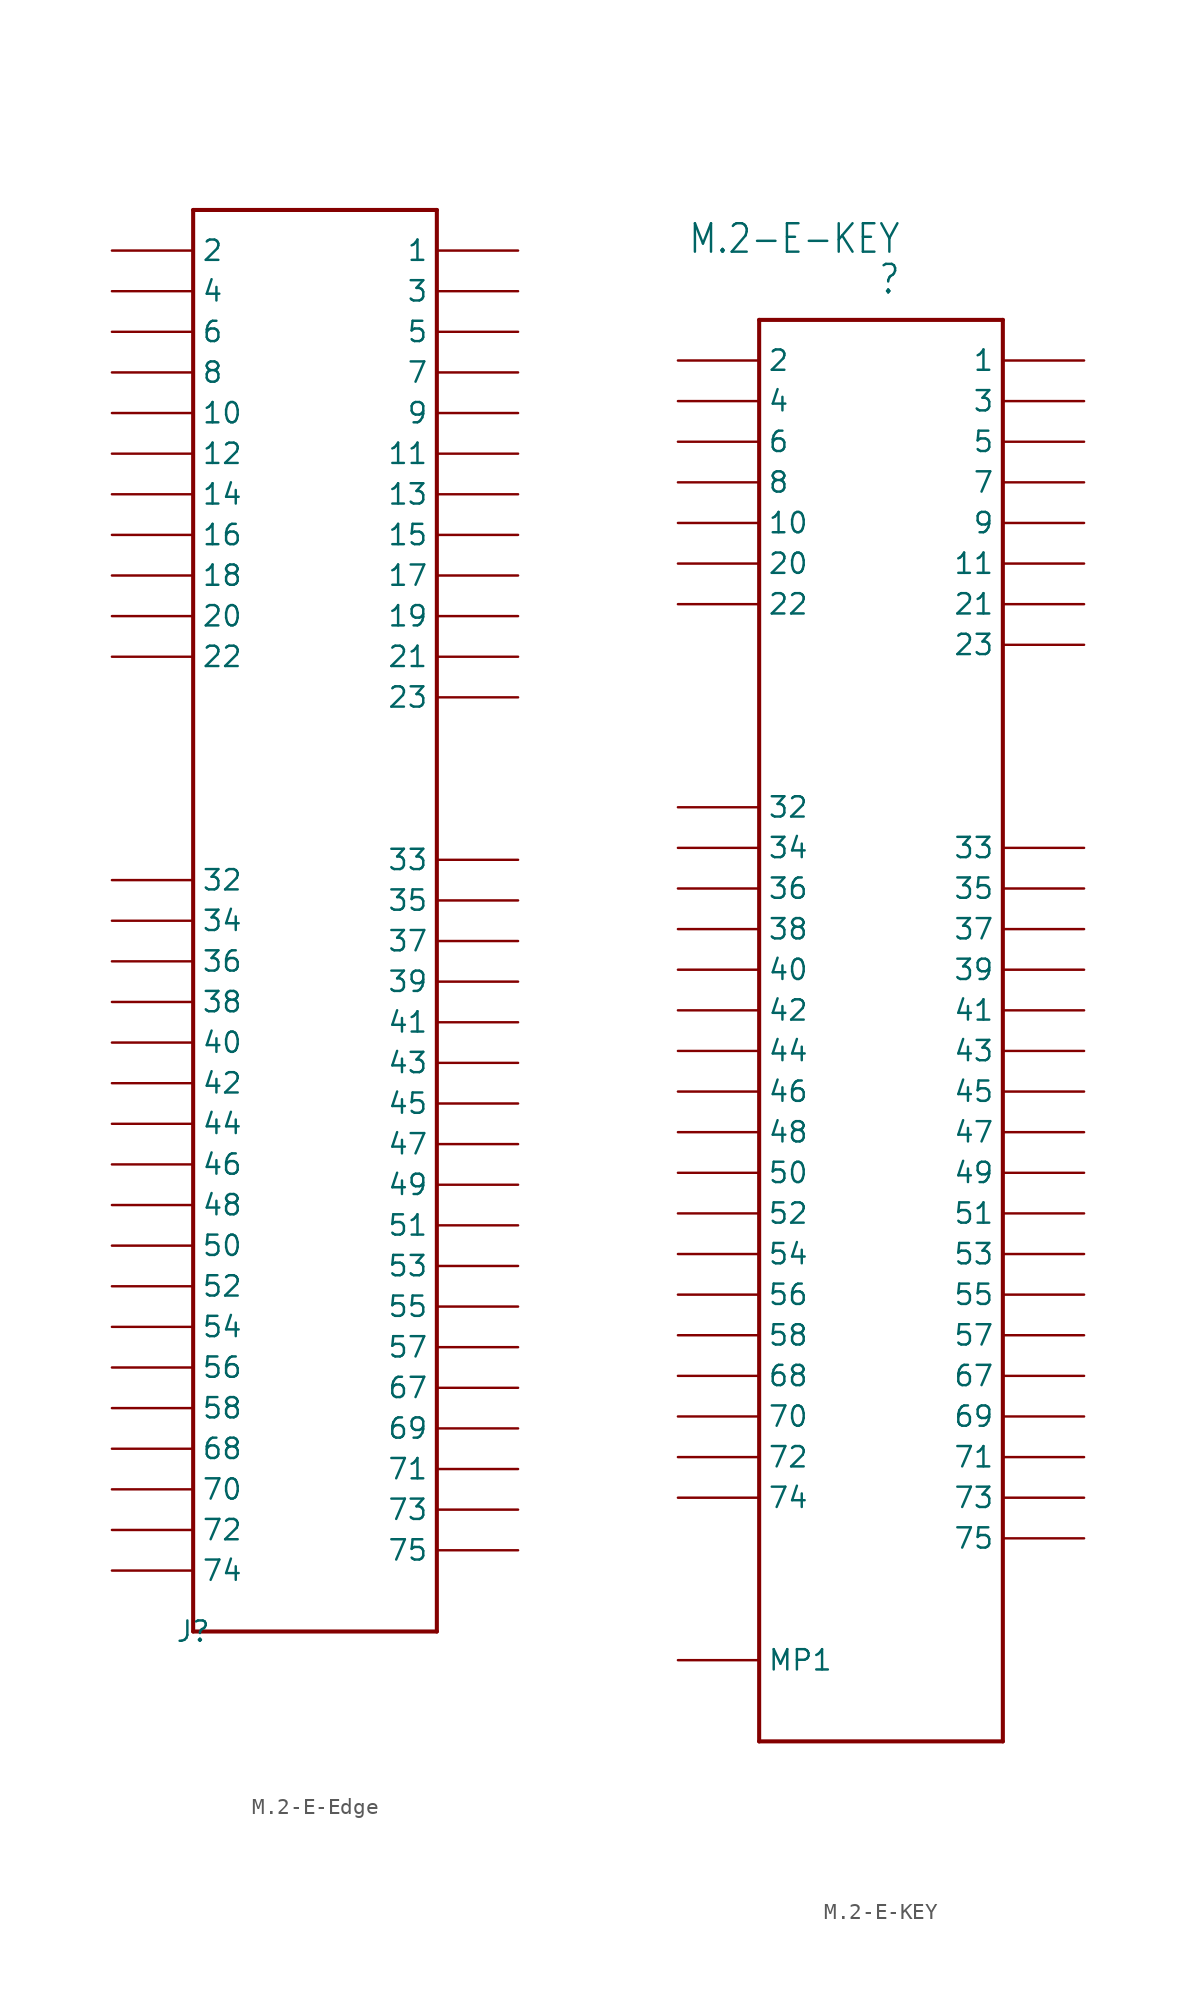
<source format=kicad_sym>
(kicad_symbol_lib
  (version 20220914)
  (generator kicad_symbol_editor)
  (symbol "M.2-E-Edge"
    (property "Reference" "J"
      (at 0 0 0)
      (effects (font (size 1.27 1.27))))
    (property "Value" ""
      (at 0 0 0)
      (effects (font (size 1.27 1.27))))
    (symbol "M.2-E-Edge_1_0"
      (polyline (pts (xy 0 0) (xy 0 88.9)) (stroke (width 0.254) (type default)) (fill (type none)))
      (polyline (pts (xy 0 0) (xy 15.24 0)) (stroke (width 0.254) (type default)) (fill (type none)))
      (polyline (pts (xy 15.24 88.9) (xy 0 88.9)) (stroke (width 0.254) (type default)) (fill (type none)))
      (polyline (pts (xy 15.24 88.9) (xy 15.24 0)) (stroke (width 0.254) (type default)) (fill (type none)))
      (pin bidirectional line (at 20.32 86.36 180) (length 5.08) (name "1" (effects (font (size 1.27 1.27)))) (number "P1" (effects (font (size 0 0)))))
      (pin bidirectional line (at -5.08 76.2 0) (length 5.08) (name "10" (effects (font (size 1.27 1.27)))) (number "P10" (effects (font (size 0 0)))))
      (pin bidirectional line (at 20.32 73.66 180) (length 5.08) (name "11" (effects (font (size 1.27 1.27)))) (number "P11" (effects (font (size 0 0)))))
      (pin bidirectional line (at -5.08 73.66 0) (length 5.08) (name "12" (effects (font (size 1.27 1.27)))) (number "P12" (effects (font (size 0 0)))))
      (pin bidirectional line (at 20.32 71.12 180) (length 5.08) (name "13" (effects (font (size 1.27 1.27)))) (number "P13" (effects (font (size 0 0)))))
      (pin bidirectional line (at -5.08 71.12 0) (length 5.08) (name "14" (effects (font (size 1.27 1.27)))) (number "P14" (effects (font (size 0 0)))))
      (pin bidirectional line (at 20.32 68.58 180) (length 5.08) (name "15" (effects (font (size 1.27 1.27)))) (number "P15" (effects (font (size 0 0)))))
      (pin bidirectional line (at -5.08 68.58 0) (length 5.08) (name "16" (effects (font (size 1.27 1.27)))) (number "P16" (effects (font (size 0 0)))))
      (pin bidirectional line (at 20.32 66.04 180) (length 5.08) (name "17" (effects (font (size 1.27 1.27)))) (number "P17" (effects (font (size 0 0)))))
      (pin bidirectional line (at -5.08 66.04 0) (length 5.08) (name "18" (effects (font (size 1.27 1.27)))) (number "P18" (effects (font (size 0 0)))))
      (pin bidirectional line (at 20.32 63.5 180) (length 5.08) (name "19" (effects (font (size 1.27 1.27)))) (number "P19" (effects (font (size 0 0)))))
      (pin bidirectional line (at -5.08 86.36 0) (length 5.08) (name "2" (effects (font (size 1.27 1.27)))) (number "P2" (effects (font (size 0 0)))))
      (pin bidirectional line (at -5.08 63.5 0) (length 5.08) (name "20" (effects (font (size 1.27 1.27)))) (number "P20" (effects (font (size 0 0)))))
      (pin bidirectional line (at 20.32 60.96 180) (length 5.08) (name "21" (effects (font (size 1.27 1.27)))) (number "P21" (effects (font (size 0 0)))))
      (pin bidirectional line (at -5.08 60.96 0) (length 5.08) (name "22" (effects (font (size 1.27 1.27)))) (number "P22" (effects (font (size 0 0)))))
      (pin bidirectional line (at 20.32 58.42 180) (length 5.08) (name "23" (effects (font (size 1.27 1.27)))) (number "P23" (effects (font (size 0 0)))))
      (pin bidirectional line (at 20.32 83.82 180) (length 5.08) (name "3" (effects (font (size 1.27 1.27)))) (number "P3" (effects (font (size 0 0)))))
      (pin bidirectional line (at -5.08 46.99 0) (length 5.08) (name "32" (effects (font (size 1.27 1.27)))) (number "P32" (effects (font (size 0 0)))))
      (pin bidirectional line (at 20.32 48.26 180) (length 5.08) (name "33" (effects (font (size 1.27 1.27)))) (number "P33" (effects (font (size 0 0)))))
      (pin bidirectional line (at -5.08 44.45 0) (length 5.08) (name "34" (effects (font (size 1.27 1.27)))) (number "P34" (effects (font (size 0 0)))))
      (pin bidirectional line (at 20.32 45.72 180) (length 5.08) (name "35" (effects (font (size 1.27 1.27)))) (number "P35" (effects (font (size 0 0)))))
      (pin bidirectional line (at -5.08 41.91 0) (length 5.08) (name "36" (effects (font (size 1.27 1.27)))) (number "P36" (effects (font (size 0 0)))))
      (pin bidirectional line (at 20.32 43.18 180) (length 5.08) (name "37" (effects (font (size 1.27 1.27)))) (number "P37" (effects (font (size 0 0)))))
      (pin bidirectional line (at -5.08 39.37 0) (length 5.08) (name "38" (effects (font (size 1.27 1.27)))) (number "P38" (effects (font (size 0 0)))))
      (pin bidirectional line (at 20.32 40.64 180) (length 5.08) (name "39" (effects (font (size 1.27 1.27)))) (number "P39" (effects (font (size 0 0)))))
      (pin bidirectional line (at -5.08 83.82 0) (length 5.08) (name "4" (effects (font (size 1.27 1.27)))) (number "P4" (effects (font (size 0 0)))))
      (pin bidirectional line (at -5.08 36.83 0) (length 5.08) (name "40" (effects (font (size 1.27 1.27)))) (number "P40" (effects (font (size 0 0)))))
      (pin bidirectional line (at 20.32 38.1 180) (length 5.08) (name "41" (effects (font (size 1.27 1.27)))) (number "P41" (effects (font (size 0 0)))))
      (pin bidirectional line (at -5.08 34.29 0) (length 5.08) (name "42" (effects (font (size 1.27 1.27)))) (number "P42" (effects (font (size 0 0)))))
      (pin bidirectional line (at 20.32 35.56 180) (length 5.08) (name "43" (effects (font (size 1.27 1.27)))) (number "P43" (effects (font (size 0 0)))))
      (pin bidirectional line (at -5.08 31.75 0) (length 5.08) (name "44" (effects (font (size 1.27 1.27)))) (number "P44" (effects (font (size 0 0)))))
      (pin bidirectional line (at 20.32 33.02 180) (length 5.08) (name "45" (effects (font (size 1.27 1.27)))) (number "P45" (effects (font (size 0 0)))))
      (pin bidirectional line (at -5.08 29.21 0) (length 5.08) (name "46" (effects (font (size 1.27 1.27)))) (number "P46" (effects (font (size 0 0)))))
      (pin bidirectional line (at 20.32 30.48 180) (length 5.08) (name "47" (effects (font (size 1.27 1.27)))) (number "P47" (effects (font (size 0 0)))))
      (pin bidirectional line (at -5.08 26.67 0) (length 5.08) (name "48" (effects (font (size 1.27 1.27)))) (number "P48" (effects (font (size 0 0)))))
      (pin bidirectional line (at 20.32 27.94 180) (length 5.08) (name "49" (effects (font (size 1.27 1.27)))) (number "P49" (effects (font (size 0 0)))))
      (pin bidirectional line (at 20.32 81.28 180) (length 5.08) (name "5" (effects (font (size 1.27 1.27)))) (number "P5" (effects (font (size 0 0)))))
      (pin bidirectional line (at -5.08 24.13 0) (length 5.08) (name "50" (effects (font (size 1.27 1.27)))) (number "P50" (effects (font (size 0 0)))))
      (pin bidirectional line (at 20.32 25.4 180) (length 5.08) (name "51" (effects (font (size 1.27 1.27)))) (number "P51" (effects (font (size 0 0)))))
      (pin bidirectional line (at -5.08 21.59 0) (length 5.08) (name "52" (effects (font (size 1.27 1.27)))) (number "P52" (effects (font (size 0 0)))))
      (pin bidirectional line (at 20.32 22.86 180) (length 5.08) (name "53" (effects (font (size 1.27 1.27)))) (number "P53" (effects (font (size 0 0)))))
      (pin bidirectional line (at -5.08 19.05 0) (length 5.08) (name "54" (effects (font (size 1.27 1.27)))) (number "P54" (effects (font (size 0 0)))))
      (pin bidirectional line (at 20.32 20.32 180) (length 5.08) (name "55" (effects (font (size 1.27 1.27)))) (number "P55" (effects (font (size 0 0)))))
      (pin bidirectional line (at -5.08 16.51 0) (length 5.08) (name "56" (effects (font (size 1.27 1.27)))) (number "P56" (effects (font (size 0 0)))))
      (pin bidirectional line (at 20.32 17.78 180) (length 5.08) (name "57" (effects (font (size 1.27 1.27)))) (number "P57" (effects (font (size 0 0)))))
      (pin bidirectional line (at -5.08 13.97 0) (length 5.08) (name "58" (effects (font (size 1.27 1.27)))) (number "P58" (effects (font (size 0 0)))))
      (pin bidirectional line (at -5.08 81.28 0) (length 5.08) (name "6" (effects (font (size 1.27 1.27)))) (number "P6" (effects (font (size 0 0)))))
      (pin bidirectional line (at 20.32 15.24 180) (length 5.08) (name "67" (effects (font (size 1.27 1.27)))) (number "P67" (effects (font (size 0 0)))))
      (pin bidirectional line (at -5.08 11.43 0) (length 5.08) (name "68" (effects (font (size 1.27 1.27)))) (number "P68" (effects (font (size 0 0)))))
      (pin bidirectional line (at 20.32 12.7 180) (length 5.08) (name "69" (effects (font (size 1.27 1.27)))) (number "P69" (effects (font (size 0 0)))))
      (pin bidirectional line (at 20.32 78.74 180) (length 5.08) (name "7" (effects (font (size 1.27 1.27)))) (number "P7" (effects (font (size 0 0)))))
      (pin bidirectional line (at -5.08 8.89 0) (length 5.08) (name "70" (effects (font (size 1.27 1.27)))) (number "P70" (effects (font (size 0 0)))))
      (pin bidirectional line (at 20.32 10.16 180) (length 5.08) (name "71" (effects (font (size 1.27 1.27)))) (number "P71" (effects (font (size 0 0)))))
      (pin bidirectional line (at -5.08 6.35 0) (length 5.08) (name "72" (effects (font (size 1.27 1.27)))) (number "P72" (effects (font (size 0 0)))))
      (pin bidirectional line (at 20.32 7.62 180) (length 5.08) (name "73" (effects (font (size 1.27 1.27)))) (number "P73" (effects (font (size 0 0)))))
      (pin bidirectional line (at -5.08 3.81 0) (length 5.08) (name "74" (effects (font (size 1.27 1.27)))) (number "P74" (effects (font (size 0 0)))))
      (pin bidirectional line (at 20.32 5.08 180) (length 5.08) (name "75" (effects (font (size 1.27 1.27)))) (number "P75" (effects (font (size 0 0)))))
      (pin bidirectional line (at -5.08 78.74 0) (length 5.08) (name "8" (effects (font (size 1.27 1.27)))) (number "P8" (effects (font (size 0 0)))))
      (pin bidirectional line (at 20.32 76.2 180) (length 5.08) (name "9" (effects (font (size 1.27 1.27)))) (number "P9" (effects (font (size 0 0)))))))
  (symbol "M.2-E-KEY"
    (property "Reference" ""
      (at 8.89 91.44 0)
      (effects (font (size 1.778 1.511)) (justify right)))
    (property "Value" "M.2-E-KEY"
      (at 8.89 93.98 0)
      (effects (font (size 1.778 1.511)) (justify right)))
    (property "ki_locked" ""
      (at 0 0 0)
      (effects (font (size 1.27 1.27))))
    (symbol "M.2-E-KEY_1_0"
      (polyline (pts (xy 0 0) (xy 0 88.9)) (stroke (width 0.254) (type default)) (fill (type none)))
      (polyline (pts (xy 0 0) (xy 15.24 0)) (stroke (width 0.254) (type default)) (fill (type none)))
      (polyline (pts (xy 15.24 88.9) (xy 0 88.9)) (stroke (width 0.254) (type default)) (fill (type none)))
      (polyline (pts (xy 15.24 88.9) (xy 15.24 0)) (stroke (width 0.254) (type default)) (fill (type none)))
      (pin bidirectional line (at -5.08 5.08 0) (length 5.08) (name "MP1" (effects (font (size 1.27 1.27)))) (number "MOUNTING-HOLE" (effects (font (size 0 0)))))
      (pin bidirectional line (at 20.32 86.36 180) (length 5.08) (name "1" (effects (font (size 1.27 1.27)))) (number "P$1" (effects (font (size 0 0)))))
      (pin bidirectional line (at -5.08 76.2 0) (length 5.08) (name "10" (effects (font (size 1.27 1.27)))) (number "P$10" (effects (font (size 0 0)))))
      (pin bidirectional line (at 20.32 73.66 180) (length 5.08) (name "11" (effects (font (size 1.27 1.27)))) (number "P$11" (effects (font (size 0 0)))))
      (pin bidirectional line (at -5.08 86.36 0) (length 5.08) (name "2" (effects (font (size 1.27 1.27)))) (number "P$2" (effects (font (size 0 0)))))
      (pin bidirectional line (at -5.08 73.66 0) (length 5.08) (name "20" (effects (font (size 1.27 1.27)))) (number "P$20" (effects (font (size 0 0)))))
      (pin bidirectional line (at 20.32 71.12 180) (length 5.08) (name "21" (effects (font (size 1.27 1.27)))) (number "P$21" (effects (font (size 0 0)))))
      (pin bidirectional line (at -5.08 71.12 0) (length 5.08) (name "22" (effects (font (size 1.27 1.27)))) (number "P$22" (effects (font (size 0 0)))))
      (pin bidirectional line (at 20.32 68.58 180) (length 5.08) (name "23" (effects (font (size 1.27 1.27)))) (number "P$23" (effects (font (size 0 0)))))
      (pin bidirectional line (at 20.32 83.82 180) (length 5.08) (name "3" (effects (font (size 1.27 1.27)))) (number "P$3" (effects (font (size 0 0)))))
      (pin bidirectional line (at -5.08 58.42 0) (length 5.08) (name "32" (effects (font (size 1.27 1.27)))) (number "P$32" (effects (font (size 0 0)))))
      (pin bidirectional line (at 20.32 55.88 180) (length 5.08) (name "33" (effects (font (size 1.27 1.27)))) (number "P$33" (effects (font (size 0 0)))))
      (pin bidirectional line (at -5.08 55.88 0) (length 5.08) (name "34" (effects (font (size 1.27 1.27)))) (number "P$34" (effects (font (size 0 0)))))
      (pin bidirectional line (at 20.32 53.34 180) (length 5.08) (name "35" (effects (font (size 1.27 1.27)))) (number "P$35" (effects (font (size 0 0)))))
      (pin bidirectional line (at -5.08 53.34 0) (length 5.08) (name "36" (effects (font (size 1.27 1.27)))) (number "P$36" (effects (font (size 0 0)))))
      (pin bidirectional line (at 20.32 50.8 180) (length 5.08) (name "37" (effects (font (size 1.27 1.27)))) (number "P$37" (effects (font (size 0 0)))))
      (pin bidirectional line (at -5.08 50.8 0) (length 5.08) (name "38" (effects (font (size 1.27 1.27)))) (number "P$38" (effects (font (size 0 0)))))
      (pin bidirectional line (at 20.32 48.26 180) (length 5.08) (name "39" (effects (font (size 1.27 1.27)))) (number "P$39" (effects (font (size 0 0)))))
      (pin bidirectional line (at -5.08 83.82 0) (length 5.08) (name "4" (effects (font (size 1.27 1.27)))) (number "P$4" (effects (font (size 0 0)))))
      (pin bidirectional line (at -5.08 48.26 0) (length 5.08) (name "40" (effects (font (size 1.27 1.27)))) (number "P$40" (effects (font (size 0 0)))))
      (pin bidirectional line (at 20.32 45.72 180) (length 5.08) (name "41" (effects (font (size 1.27 1.27)))) (number "P$41" (effects (font (size 0 0)))))
      (pin bidirectional line (at -5.08 45.72 0) (length 5.08) (name "42" (effects (font (size 1.27 1.27)))) (number "P$42" (effects (font (size 0 0)))))
      (pin bidirectional line (at 20.32 43.18 180) (length 5.08) (name "43" (effects (font (size 1.27 1.27)))) (number "P$43" (effects (font (size 0 0)))))
      (pin bidirectional line (at -5.08 43.18 0) (length 5.08) (name "44" (effects (font (size 1.27 1.27)))) (number "P$44" (effects (font (size 0 0)))))
      (pin bidirectional line (at 20.32 40.64 180) (length 5.08) (name "45" (effects (font (size 1.27 1.27)))) (number "P$45" (effects (font (size 0 0)))))
      (pin bidirectional line (at -5.08 40.64 0) (length 5.08) (name "46" (effects (font (size 1.27 1.27)))) (number "P$46" (effects (font (size 0 0)))))
      (pin bidirectional line (at 20.32 38.1 180) (length 5.08) (name "47" (effects (font (size 1.27 1.27)))) (number "P$47" (effects (font (size 0 0)))))
      (pin bidirectional line (at -5.08 38.1 0) (length 5.08) (name "48" (effects (font (size 1.27 1.27)))) (number "P$48" (effects (font (size 0 0)))))
      (pin bidirectional line (at 20.32 35.56 180) (length 5.08) (name "49" (effects (font (size 1.27 1.27)))) (number "P$49" (effects (font (size 0 0)))))
      (pin bidirectional line (at 20.32 81.28 180) (length 5.08) (name "5" (effects (font (size 1.27 1.27)))) (number "P$5" (effects (font (size 0 0)))))
      (pin bidirectional line (at -5.08 35.56 0) (length 5.08) (name "50" (effects (font (size 1.27 1.27)))) (number "P$50" (effects (font (size 0 0)))))
      (pin bidirectional line (at 20.32 33.02 180) (length 5.08) (name "51" (effects (font (size 1.27 1.27)))) (number "P$51" (effects (font (size 0 0)))))
      (pin bidirectional line (at -5.08 33.02 0) (length 5.08) (name "52" (effects (font (size 1.27 1.27)))) (number "P$52" (effects (font (size 0 0)))))
      (pin bidirectional line (at 20.32 30.48 180) (length 5.08) (name "53" (effects (font (size 1.27 1.27)))) (number "P$53" (effects (font (size 0 0)))))
      (pin bidirectional line (at -5.08 30.48 0) (length 5.08) (name "54" (effects (font (size 1.27 1.27)))) (number "P$54" (effects (font (size 0 0)))))
      (pin bidirectional line (at 20.32 27.94 180) (length 5.08) (name "55" (effects (font (size 1.27 1.27)))) (number "P$55" (effects (font (size 0 0)))))
      (pin bidirectional line (at -5.08 27.94 0) (length 5.08) (name "56" (effects (font (size 1.27 1.27)))) (number "P$56" (effects (font (size 0 0)))))
      (pin bidirectional line (at 20.32 25.4 180) (length 5.08) (name "57" (effects (font (size 1.27 1.27)))) (number "P$57" (effects (font (size 0 0)))))
      (pin bidirectional line (at -5.08 25.4 0) (length 5.08) (name "58" (effects (font (size 1.27 1.27)))) (number "P$58" (effects (font (size 0 0)))))
      (pin bidirectional line (at -5.08 81.28 0) (length 5.08) (name "6" (effects (font (size 1.27 1.27)))) (number "P$6" (effects (font (size 0 0)))))
      (pin bidirectional line (at 20.32 22.86 180) (length 5.08) (name "67" (effects (font (size 1.27 1.27)))) (number "P$67" (effects (font (size 0 0)))))
      (pin bidirectional line (at -5.08 22.86 0) (length 5.08) (name "68" (effects (font (size 1.27 1.27)))) (number "P$68" (effects (font (size 0 0)))))
      (pin bidirectional line (at 20.32 20.32 180) (length 5.08) (name "69" (effects (font (size 1.27 1.27)))) (number "P$69" (effects (font (size 0 0)))))
      (pin bidirectional line (at 20.32 78.74 180) (length 5.08) (name "7" (effects (font (size 1.27 1.27)))) (number "P$7" (effects (font (size 0 0)))))
      (pin bidirectional line (at -5.08 20.32 0) (length 5.08) (name "70" (effects (font (size 1.27 1.27)))) (number "P$70" (effects (font (size 0 0)))))
      (pin bidirectional line (at 20.32 17.78 180) (length 5.08) (name "71" (effects (font (size 1.27 1.27)))) (number "P$71" (effects (font (size 0 0)))))
      (pin bidirectional line (at -5.08 17.78 0) (length 5.08) (name "72" (effects (font (size 1.27 1.27)))) (number "P$72" (effects (font (size 0 0)))))
      (pin bidirectional line (at 20.32 15.24 180) (length 5.08) (name "73" (effects (font (size 1.27 1.27)))) (number "P$73" (effects (font (size 0 0)))))
      (pin bidirectional line (at -5.08 15.24 0) (length 5.08) (name "74" (effects (font (size 1.27 1.27)))) (number "P$74" (effects (font (size 0 0)))))
      (pin bidirectional line (at 20.32 12.7 180) (length 5.08) (name "75" (effects (font (size 1.27 1.27)))) (number "P$75" (effects (font (size 0 0)))))
      (pin bidirectional line (at -5.08 78.74 0) (length 5.08) (name "8" (effects (font (size 1.27 1.27)))) (number "P$8" (effects (font (size 0 0)))))
      (pin bidirectional line (at 20.32 76.2 180) (length 5.08) (name "9" (effects (font (size 1.27 1.27)))) (number "P$9" (effects (font (size 0 0))))))))
</source>
